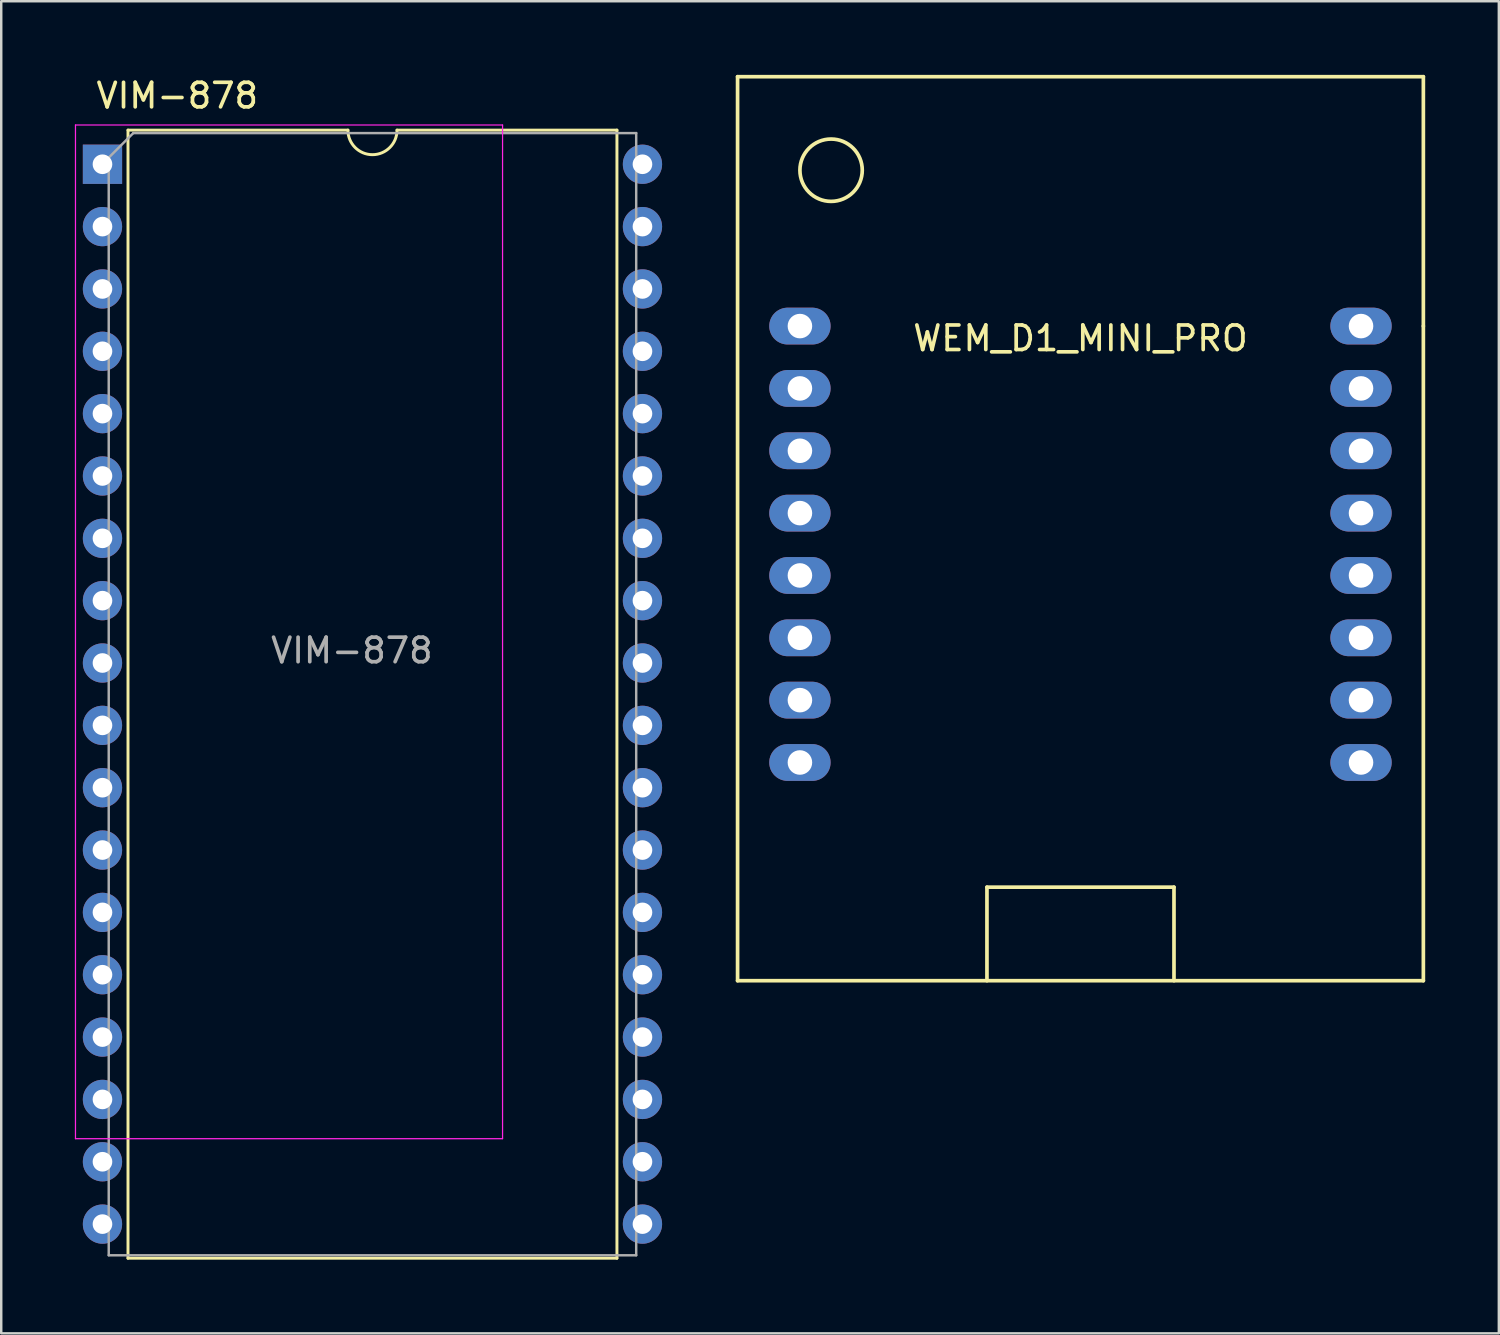
<source format=kicad_pcb>
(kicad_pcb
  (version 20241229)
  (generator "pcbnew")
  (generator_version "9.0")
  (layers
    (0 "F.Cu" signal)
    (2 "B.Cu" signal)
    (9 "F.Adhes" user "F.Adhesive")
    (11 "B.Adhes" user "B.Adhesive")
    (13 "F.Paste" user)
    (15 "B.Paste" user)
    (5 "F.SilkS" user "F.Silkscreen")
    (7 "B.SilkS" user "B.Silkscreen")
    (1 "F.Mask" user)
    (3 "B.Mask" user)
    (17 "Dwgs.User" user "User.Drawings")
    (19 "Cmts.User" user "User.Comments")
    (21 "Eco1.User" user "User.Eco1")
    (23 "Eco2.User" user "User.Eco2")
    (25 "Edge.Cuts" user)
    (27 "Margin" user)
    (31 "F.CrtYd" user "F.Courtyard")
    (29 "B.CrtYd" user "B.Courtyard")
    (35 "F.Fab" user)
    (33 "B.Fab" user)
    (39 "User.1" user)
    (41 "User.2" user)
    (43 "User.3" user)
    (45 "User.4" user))
  (footprint "WEM_D1_MINI_PRO"
    (layer "F.Cu")
    (at 40.97 19.125)
    (property "Reference" "WEM_D1_MINI_PRO" (at 0 -8.39 0) (layer "F.SilkS") (effects (font (size 1 1) (thickness 0.15))))
    (attr through_hole)
    (fp_line (start -13.97 -19.05) (end -13.97 17.78) (stroke (width 0.15) (type solid)) (layer "F.SilkS"))
    (fp_line (start -13.97 17.78) (end 13.97 17.78) (stroke (width 0.15) (type solid)) (layer "F.SilkS"))
    (fp_line (start -3.81 13.97) (end 3.81 13.97) (stroke (width 0.15) (type solid)) (layer "F.SilkS"))
    (fp_line (start -3.81 17.78) (end -3.81 13.97) (stroke (width 0.15) (type solid)) (layer "F.SilkS"))
    (fp_line (start 3.81 13.97) (end 3.81 17.78) (stroke (width 0.15) (type solid)) (layer "F.SilkS"))
    (fp_line (start 13.97 -19.05) (end -13.97 -19.05) (stroke (width 0.15) (type solid)) (layer "F.SilkS"))
    (fp_line (start 13.97 -8.89) (end 13.97 -19.05) (stroke (width 0.15) (type solid)) (layer "F.SilkS"))
    (fp_line (start 13.97 17.78) (end 13.97 -8.89) (stroke (width 0.15) (type solid)) (layer "F.SilkS"))
    (fp_circle (center -10.16 -15.24) (end -8.89 -15.24) (stroke (width 0.15) (type solid)) (fill no) (layer "F.SilkS"))
    (pad "1" thru_hole oval (at -11.43 -8.89) (size 2.5 1.5) (drill 1) (layers "*.Cu" "*.Mask"))
    (pad "2" thru_hole oval (at -11.43 -6.35) (size 2.5 1.5) (drill 1) (layers "*.Cu" "*.Mask"))
    (pad "3" thru_hole oval (at -11.43 -3.81) (size 2.5 1.5) (drill 1) (layers "*.Cu" "*.Mask"))
    (pad "4" thru_hole oval (at -11.43 -1.27) (size 2.5 1.5) (drill 1) (layers "*.Cu" "*.Mask"))
    (pad "5" thru_hole oval (at -11.43 1.27) (size 2.5 1.5) (drill 1) (layers "*.Cu" "*.Mask"))
    (pad "6" thru_hole oval (at -11.43 3.81) (size 2.5 1.5) (drill 1) (layers "*.Cu" "*.Mask"))
    (pad "7" thru_hole oval (at -11.43 6.35) (size 2.5 1.5) (drill 1) (layers "*.Cu" "*.Mask"))
    (pad "8" thru_hole oval (at -11.43 8.89) (size 2.5 1.5) (drill 1) (layers "*.Cu" "*.Mask"))
    (pad "9" thru_hole oval (at 11.43 8.89) (size 2.5 1.5) (drill 1) (layers "*.Cu" "*.Mask"))
    (pad "10" thru_hole oval (at 11.43 6.35) (size 2.5 1.5) (drill 1) (layers "*.Cu" "*.Mask"))
    (pad "11" thru_hole oval (at 11.43 3.81) (size 2.5 1.5) (drill 1) (layers "*.Cu" "*.Mask"))
    (pad "12" thru_hole oval (at 11.43 1.27) (size 2.5 1.5) (drill 1) (layers "*.Cu" "*.Mask"))
    (pad "13" thru_hole oval (at 11.43 -1.27) (size 2.5 1.5) (drill 1) (layers "*.Cu" "*.Mask"))
    (pad "14" thru_hole oval (at 11.43 -3.81) (size 2.5 1.5) (drill 1) (layers "*.Cu" "*.Mask"))
    (pad "15" thru_hole oval (at 11.43 -6.35) (size 2.5 1.5) (drill 1) (layers "*.Cu" "*.Mask"))
    (pad "16" thru_hole oval (at 11.43 -8.89) (size 2.5 1.5) (drill 1) (layers "*.Cu" "*.Mask")))
  (footprint "VIM-878"
    (layer "F.Cu")
    (at 1.125 3.642)
    (property "Reference" "VIM-878" (at 3.048 -2.794 0) (layer "F.SilkS") (effects (font (size 1 1) (thickness 0.15))))
    (attr through_hole)
    (fp_line (start 1.04 -1.39) (end 1.04 44.57) (stroke (width 0.12) (type solid)) (layer "F.SilkS"))
    (fp_line (start 1.04 44.57) (end 20.96 44.57) (stroke (width 0.12) (type solid)) (layer "F.SilkS"))
    (fp_line (start 10 -1.39) (end 1.04 -1.39) (stroke (width 0.12) (type solid)) (layer "F.SilkS"))
    (fp_line (start 12 -1.39) (end 20.96 -1.39) (stroke (width 0.12) (type solid)) (layer "F.SilkS"))
    (fp_line (start 20.96 44.57) (end 20.96 -1.39) (stroke (width 0.12) (type solid)) (layer "F.SilkS"))
    (fp_arc (start 12 -1.39) (mid 11 -0.39) (end 10 -1.39) (stroke (width 0.12) (type solid)) (layer "F.SilkS"))
    (fp_line (start -1.1 -1.6) (end -1.1 39.7) (stroke (width 0.05) (type solid)) (layer "F.CrtYd"))
    (fp_line (start -1.1 39.7) (end 16.3 39.7) (stroke (width 0.05) (type solid)) (layer "F.CrtYd"))
    (fp_line (start 16.3 -1.6) (end -1.1 -1.6) (stroke (width 0.05) (type solid)) (layer "F.CrtYd"))
    (fp_line (start 16.3 39.7) (end 16.3 -1.6) (stroke (width 0.05) (type solid)) (layer "F.CrtYd"))
    (fp_line (start 0.255 -0.27) (end 1.255 -1.27) (stroke (width 0.1) (type solid)) (layer "F.Fab"))
    (fp_line (start 0.255 44.45) (end 0.255 -0.27) (stroke (width 0.1) (type solid)) (layer "F.Fab"))
    (fp_line (start 1.255 -1.27) (end 21.745 -1.27) (stroke (width 0.1) (type solid)) (layer "F.Fab"))
    (fp_line (start 21.745 -1.27) (end 21.745 44.45) (stroke (width 0.1) (type solid)) (layer "F.Fab"))
    (fp_line (start 21.745 44.45) (end 0.255 44.45) (stroke (width 0.1) (type solid)) (layer "F.Fab"))
    (fp_text user "${REFERENCE}" (at 10.16 19.812 0) (layer "F.Fab") (effects (font (size 1 1) (thickness 0.15))))
    (pad "1" thru_hole rect (at 0 0) (size 1.6 1.6) (drill 0.8) (layers "*.Cu" "*.Mask"))
    (pad "2" thru_hole oval (at 0 2.54) (size 1.6 1.6) (drill 0.8) (layers "*.Cu" "*.Mask"))
    (pad "3" thru_hole oval (at 0 5.08) (size 1.6 1.6) (drill 0.8) (layers "*.Cu" "*.Mask"))
    (pad "4" thru_hole oval (at 0 7.62) (size 1.6 1.6) (drill 0.8) (layers "*.Cu" "*.Mask"))
    (pad "5" thru_hole oval (at 0 10.16) (size 1.6 1.6) (drill 0.8) (layers "*.Cu" "*.Mask"))
    (pad "6" thru_hole oval (at 0 12.7) (size 1.6 1.6) (drill 0.8) (layers "*.Cu" "*.Mask"))
    (pad "7" thru_hole oval (at 0 15.24) (size 1.6 1.6) (drill 0.8) (layers "*.Cu" "*.Mask"))
    (pad "8" thru_hole oval (at 0 17.78) (size 1.6 1.6) (drill 0.8) (layers "*.Cu" "*.Mask"))
    (pad "9" thru_hole oval (at 0 20.32) (size 1.6 1.6) (drill 0.8) (layers "*.Cu" "*.Mask"))
    (pad "10" thru_hole oval (at 0 22.86) (size 1.6 1.6) (drill 0.8) (layers "*.Cu" "*.Mask"))
    (pad "11" thru_hole oval (at 0 25.4) (size 1.6 1.6) (drill 0.8) (layers "*.Cu" "*.Mask"))
    (pad "12" thru_hole oval (at 0 27.94) (size 1.6 1.6) (drill 0.8) (layers "*.Cu" "*.Mask"))
    (pad "13" thru_hole oval (at 0 30.48) (size 1.6 1.6) (drill 0.8) (layers "*.Cu" "*.Mask"))
    (pad "14" thru_hole oval (at 0 33.02) (size 1.6 1.6) (drill 0.8) (layers "*.Cu" "*.Mask"))
    (pad "15" thru_hole oval (at 0 35.56) (size 1.6 1.6) (drill 0.8) (layers "*.Cu" "*.Mask"))
    (pad "16" thru_hole oval (at 0 38.1) (size 1.6 1.6) (drill 0.8) (layers "*.Cu" "*.Mask"))
    (pad "17" thru_hole oval (at 0 40.64) (size 1.6 1.6) (drill 0.8) (layers "*.Cu" "*.Mask"))
    (pad "18" thru_hole oval (at 0 43.18) (size 1.6 1.6) (drill 0.8) (layers "*.Cu" "*.Mask"))
    (pad "19" thru_hole oval (at 22 43.18) (size 1.6 1.6) (drill 0.8) (layers "*.Cu" "*.Mask"))
    (pad "20" thru_hole oval (at 22 40.64) (size 1.6 1.6) (drill 0.8) (layers "*.Cu" "*.Mask"))
    (pad "21" thru_hole oval (at 22 38.1) (size 1.6 1.6) (drill 0.8) (layers "*.Cu" "*.Mask"))
    (pad "22" thru_hole oval (at 22 35.56) (size 1.6 1.6) (drill 0.8) (layers "*.Cu" "*.Mask"))
    (pad "23" thru_hole oval (at 22 33.02) (size 1.6 1.6) (drill 0.8) (layers "*.Cu" "*.Mask"))
    (pad "24" thru_hole oval (at 22 30.48) (size 1.6 1.6) (drill 0.8) (layers "*.Cu" "*.Mask"))
    (pad "25" thru_hole oval (at 22 27.94) (size 1.6 1.6) (drill 0.8) (layers "*.Cu" "*.Mask"))
    (pad "26" thru_hole oval (at 22 25.4) (size 1.6 1.6) (drill 0.8) (layers "*.Cu" "*.Mask"))
    (pad "27" thru_hole oval (at 22 22.86) (size 1.6 1.6) (drill 0.8) (layers "*.Cu" "*.Mask"))
    (pad "28" thru_hole oval (at 22 20.32) (size 1.6 1.6) (drill 0.8) (layers "*.Cu" "*.Mask"))
    (pad "29" thru_hole oval (at 22 17.78) (size 1.6 1.6) (drill 0.8) (layers "*.Cu" "*.Mask"))
    (pad "30" thru_hole oval (at 22 15.24) (size 1.6 1.6) (drill 0.8) (layers "*.Cu" "*.Mask"))
    (pad "31" thru_hole oval (at 22 12.7) (size 1.6 1.6) (drill 0.8) (layers "*.Cu" "*.Mask"))
    (pad "32" thru_hole oval (at 22 10.16) (size 1.6 1.6) (drill 0.8) (layers "*.Cu" "*.Mask"))
    (pad "33" thru_hole oval (at 22 7.62) (size 1.6 1.6) (drill 0.8) (layers "*.Cu" "*.Mask"))
    (pad "34" thru_hole oval (at 22 5.08) (size 1.6 1.6) (drill 0.8) (layers "*.Cu" "*.Mask"))
    (pad "35" thru_hole oval (at 22 2.54) (size 1.6 1.6) (drill 0.8) (layers "*.Cu" "*.Mask"))
    (pad "36" thru_hole oval (at 22 0) (size 1.6 1.6) (drill 0.8) (layers "*.Cu" "*.Mask")))
  (gr_rect
    (start -3 -3)
    (end 58.015 51.272)
    (stroke (width 0.1) (type default))
    (fill no)
    (layer "Edge.Cuts")))
</source>
